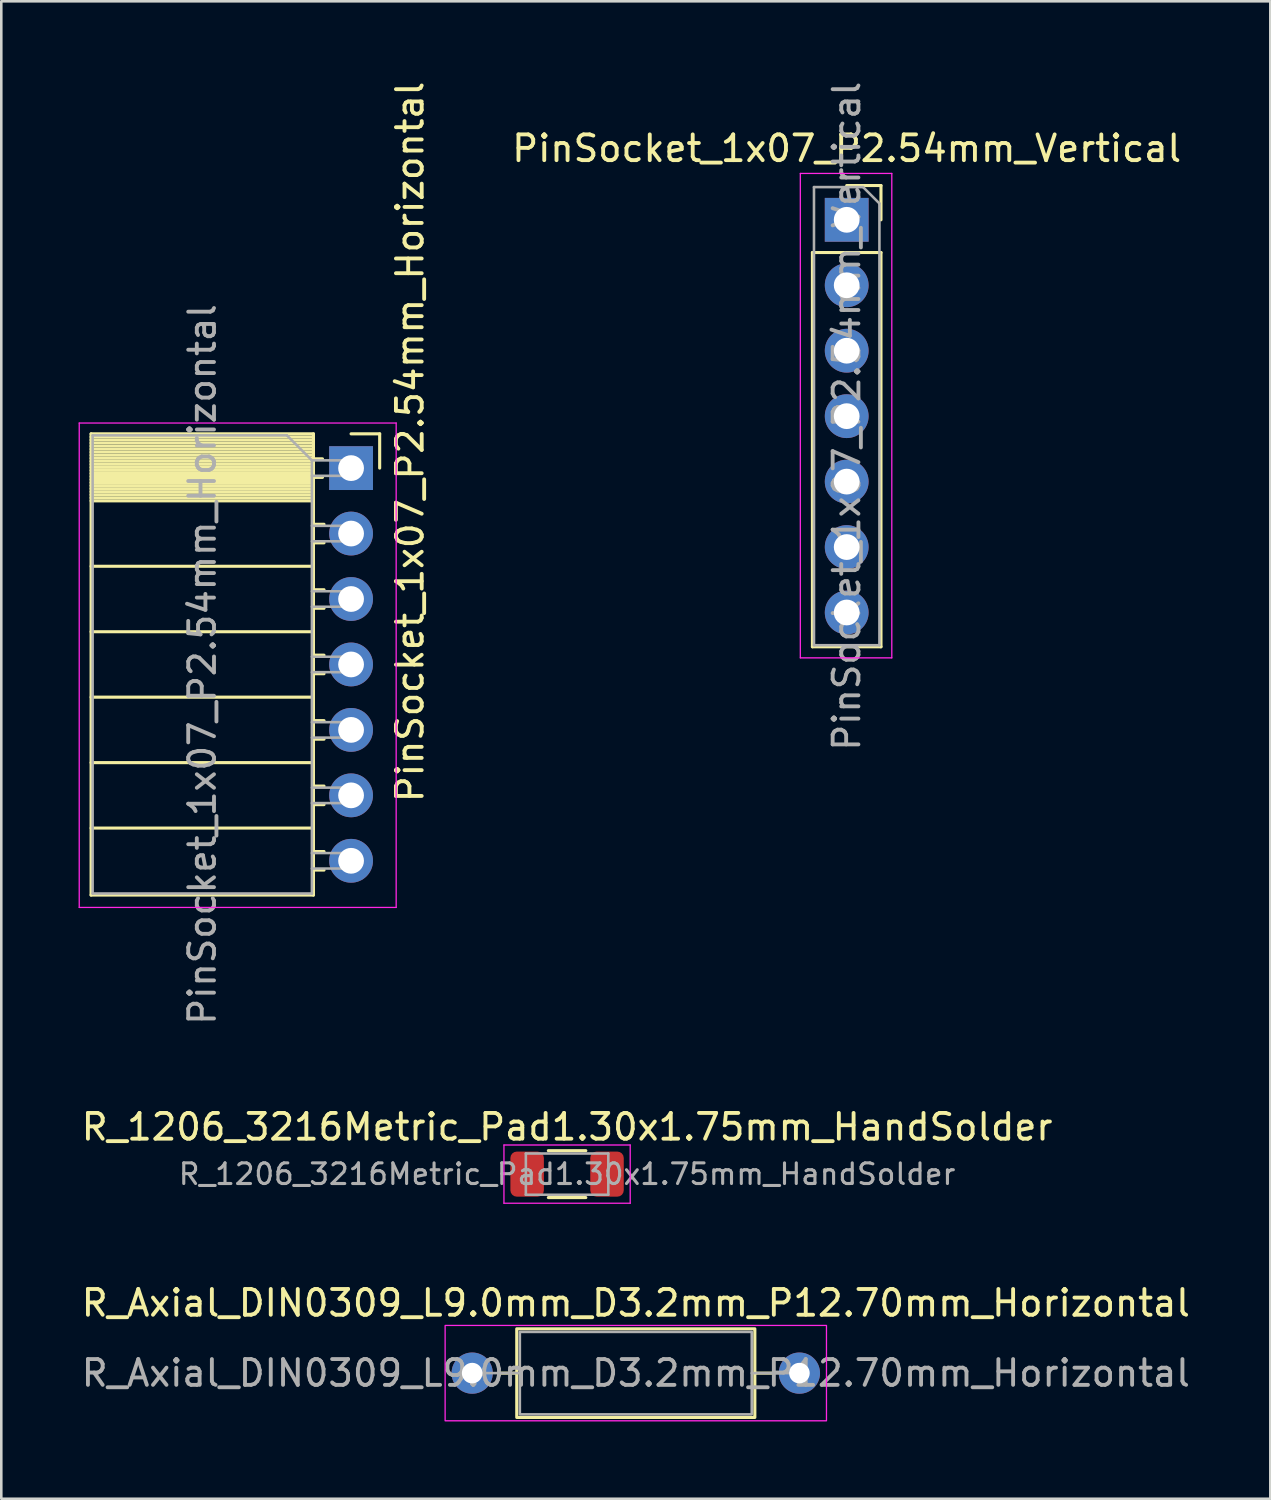
<source format=kicad_pcb>
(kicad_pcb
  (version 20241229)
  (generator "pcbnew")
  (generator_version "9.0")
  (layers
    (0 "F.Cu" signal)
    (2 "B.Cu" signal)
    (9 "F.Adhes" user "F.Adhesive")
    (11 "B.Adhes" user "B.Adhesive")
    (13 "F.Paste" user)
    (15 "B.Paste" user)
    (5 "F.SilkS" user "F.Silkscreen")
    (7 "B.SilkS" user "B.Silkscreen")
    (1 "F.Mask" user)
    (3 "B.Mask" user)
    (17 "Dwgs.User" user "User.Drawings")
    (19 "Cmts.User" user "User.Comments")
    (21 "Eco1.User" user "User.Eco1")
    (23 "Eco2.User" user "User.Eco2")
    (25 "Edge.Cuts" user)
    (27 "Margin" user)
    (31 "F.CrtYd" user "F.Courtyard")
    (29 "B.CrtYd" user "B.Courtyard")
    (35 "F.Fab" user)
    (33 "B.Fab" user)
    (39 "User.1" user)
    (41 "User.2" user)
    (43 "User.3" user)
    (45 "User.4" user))
  (footprint "PinSocket_1x07_P2.54mm_Vertical"
    (layer "F.Cu")
    (at 29.81 5.481)
    (property "Reference" "PinSocket_1x07_P2.54mm_Vertical" (at 0 -2.77 0) (layer "F.SilkS") (effects (font (size 1 1) (thickness 0.15))))
    (attr through_hole)
    (fp_line (start -1.33 1.27) (end -1.33 16.57) (stroke (width 0.12) (type solid)) (layer "F.SilkS"))
    (fp_line (start -1.33 1.27) (end 1.33 1.27) (stroke (width 0.12) (type solid)) (layer "F.SilkS"))
    (fp_line (start -1.33 16.57) (end 1.33 16.57) (stroke (width 0.12) (type solid)) (layer "F.SilkS"))
    (fp_line (start 0 -1.33) (end 1.33 -1.33) (stroke (width 0.12) (type solid)) (layer "F.SilkS"))
    (fp_line (start 1.33 -1.33) (end 1.33 0) (stroke (width 0.12) (type solid)) (layer "F.SilkS"))
    (fp_line (start 1.33 1.27) (end 1.33 16.57) (stroke (width 0.12) (type solid)) (layer "F.SilkS"))
    (fp_line (start -1.8 -1.8) (end 1.75 -1.8) (stroke (width 0.05) (type solid)) (layer "F.CrtYd"))
    (fp_line (start -1.8 17) (end -1.8 -1.8) (stroke (width 0.05) (type solid)) (layer "F.CrtYd"))
    (fp_line (start 1.75 -1.8) (end 1.75 17) (stroke (width 0.05) (type solid)) (layer "F.CrtYd"))
    (fp_line (start 1.75 17) (end -1.8 17) (stroke (width 0.05) (type solid)) (layer "F.CrtYd"))
    (fp_line (start -1.27 -1.27) (end 0.635 -1.27) (stroke (width 0.1) (type solid)) (layer "F.Fab"))
    (fp_line (start -1.27 16.51) (end -1.27 -1.27) (stroke (width 0.1) (type solid)) (layer "F.Fab"))
    (fp_line (start 0.635 -1.27) (end 1.27 -0.635) (stroke (width 0.1) (type solid)) (layer "F.Fab"))
    (fp_line (start 1.27 -0.635) (end 1.27 16.51) (stroke (width 0.1) (type solid)) (layer "F.Fab"))
    (fp_line (start 1.27 16.51) (end -1.27 16.51) (stroke (width 0.1) (type solid)) (layer "F.Fab"))
    (fp_text user "${REFERENCE}" (at 0 7.62 90) (layer "F.Fab") (effects (font (size 1 1) (thickness 0.15))))
    (pad "1" thru_hole rect (at 0 0) (size 1.7 1.7) (drill 1) (layers "*.Cu" "*.Mask"))
    (pad "2" thru_hole circle (at 0 2.54) (size 1.7 1.7) (drill 1) (layers "*.Cu" "*.Mask"))
    (pad "3" thru_hole circle (at 0 5.08) (size 1.7 1.7) (drill 1) (layers "*.Cu" "*.Mask"))
    (pad "4" thru_hole circle (at 0 7.62) (size 1.7 1.7) (drill 1) (layers "*.Cu" "*.Mask"))
    (pad "5" thru_hole circle (at 0 10.16) (size 1.7 1.7) (drill 1) (layers "*.Cu" "*.Mask"))
    (pad "6" thru_hole circle (at 0 12.7) (size 1.7 1.7) (drill 1) (layers "*.Cu" "*.Mask"))
    (pad "7" thru_hole circle (at 0 15.24) (size 1.7 1.7) (drill 1) (layers "*.Cu" "*.Mask")))
  (footprint "R_Axial_DIN0309_L9.0mm_D3.2mm_P12.70mm_Horizontal"
    (layer "F.Cu")
    (at 15.275 50.24)
    (property "Reference" "R_Axial_DIN0309_L9.0mm_D3.2mm_P12.70mm_Horizontal" (at 6.35 -2.72 0) (layer "F.SilkS") (effects (font (size 1 1) (thickness 0.15))))
    (attr through_hole)
    (fp_line (start 1.04 0) (end 1.73 0) (stroke (width 0.12) (type solid)) (layer "F.SilkS"))
    (fp_line (start 11.66 0) (end 10.97 0) (stroke (width 0.12) (type solid)) (layer "F.SilkS"))
    (fp_rect (start 1.73 -1.72) (end 10.97 1.72) (stroke (width 0.12) (type solid)) (fill no) (layer "F.SilkS"))
    (fp_rect (start -1.05 -1.85) (end 13.75 1.85) (stroke (width 0.05) (type solid)) (fill no) (layer "F.CrtYd"))
    (fp_line (start 0 0) (end 1.85 0) (stroke (width 0.1) (type solid)) (layer "F.Fab"))
    (fp_line (start 12.7 0) (end 10.85 0) (stroke (width 0.1) (type solid)) (layer "F.Fab"))
    (fp_rect (start 1.85 -1.6) (end 10.85 1.6) (stroke (width 0.1) (type solid)) (fill no) (layer "F.Fab"))
    (fp_text user "${REFERENCE}" (at 6.35 0 0) (layer "F.Fab") (effects (font (size 1 1) (thickness 0.15))))
    (pad "1" thru_hole circle (at 0 0) (size 1.6 1.6) (drill 0.8) (layers "*.Cu" "*.Mask"))
    (pad "2" thru_hole circle (at 12.7 0) (size 1.6 1.6) (drill 0.8) (layers "*.Cu" "*.Mask")))
  (footprint "R_1206_3216Metric_Pad1.30x1.75mm_HandSolder"
    (layer "F.Cu")
    (at 18.958 42.517)
    (property "Reference" "R_1206_3216Metric_Pad1.30x1.75mm_HandSolder" (at 0 -1.83 180) (layer "F.SilkS") (effects (font (size 1 1) (thickness 0.15))))
    (attr smd)
    (fp_line (start -0.727 -0.91) (end 0.727 -0.91) (stroke (width 0.12) (type solid)) (layer "F.SilkS"))
    (fp_line (start -0.727 0.91) (end 0.727 0.91) (stroke (width 0.12) (type solid)) (layer "F.SilkS"))
    (fp_line (start -2.45 -1.13) (end 2.45 -1.13) (stroke (width 0.05) (type solid)) (layer "F.CrtYd"))
    (fp_line (start -2.45 1.13) (end -2.45 -1.13) (stroke (width 0.05) (type solid)) (layer "F.CrtYd"))
    (fp_line (start 2.45 -1.13) (end 2.45 1.13) (stroke (width 0.05) (type solid)) (layer "F.CrtYd"))
    (fp_line (start 2.45 1.13) (end -2.45 1.13) (stroke (width 0.05) (type solid)) (layer "F.CrtYd"))
    (fp_line (start -1.6 -0.8) (end 1.6 -0.8) (stroke (width 0.1) (type solid)) (layer "F.Fab"))
    (fp_line (start -1.6 0.8) (end -1.6 -0.8) (stroke (width 0.1) (type solid)) (layer "F.Fab"))
    (fp_line (start 1.6 -0.8) (end 1.6 0.8) (stroke (width 0.1) (type solid)) (layer "F.Fab"))
    (fp_line (start 1.6 0.8) (end -1.6 0.8) (stroke (width 0.1) (type solid)) (layer "F.Fab"))
    (fp_text user "${REFERENCE}" (at 0 0 180) (layer "F.Fab") (effects (font (size 0.8 0.8) (thickness 0.12))))
    (pad "1" smd roundrect (at -1.55 0) (size 1.3 1.75) (layers "F.Cu" "F.Mask" "F.Paste") (roundrect_rratio 0.192))
    (pad "2" smd roundrect (at 1.55 0) (size 1.3 1.75) (layers "F.Cu" "F.Mask" "F.Paste") (roundrect_rratio 0.192)))
  (footprint "PinSocket_1x07_P2.54mm_Horizontal"
    (layer "F.Cu")
    (at 10.575 15.117)
    (property "Reference" "PinSocket_1x07_P2.54mm_Horizontal" (at 2.286 -1.016 90) (layer "F.SilkS") (effects (font (size 1 1) (thickness 0.15))))
    (attr through_hole)
    (fp_line (start -10.09 -1.33) (end -10.09 16.57) (stroke (width 0.12) (type solid)) (layer "F.SilkS"))
    (fp_line (start -10.09 -1.33) (end -1.46 -1.33) (stroke (width 0.12) (type solid)) (layer "F.SilkS"))
    (fp_line (start -10.09 -1.21) (end -1.46 -1.21) (stroke (width 0.12) (type solid)) (layer "F.SilkS"))
    (fp_line (start -10.09 -1.092) (end -1.46 -1.092) (stroke (width 0.12) (type solid)) (layer "F.SilkS"))
    (fp_line (start -10.09 -0.974) (end -1.46 -0.974) (stroke (width 0.12) (type solid)) (layer "F.SilkS"))
    (fp_line (start -10.09 -0.856) (end -1.46 -0.856) (stroke (width 0.12) (type solid)) (layer "F.SilkS"))
    (fp_line (start -10.09 -0.738) (end -1.46 -0.738) (stroke (width 0.12) (type solid)) (layer "F.SilkS"))
    (fp_line (start -10.09 -0.62) (end -1.46 -0.62) (stroke (width 0.12) (type solid)) (layer "F.SilkS"))
    (fp_line (start -10.09 -0.501) (end -1.46 -0.501) (stroke (width 0.12) (type solid)) (layer "F.SilkS"))
    (fp_line (start -10.09 -0.383) (end -1.46 -0.383) (stroke (width 0.12) (type solid)) (layer "F.SilkS"))
    (fp_line (start -10.09 -0.265) (end -1.46 -0.265) (stroke (width 0.12) (type solid)) (layer "F.SilkS"))
    (fp_line (start -10.09 -0.147) (end -1.46 -0.147) (stroke (width 0.12) (type solid)) (layer "F.SilkS"))
    (fp_line (start -10.09 -0.029) (end -1.46 -0.029) (stroke (width 0.12) (type solid)) (layer "F.SilkS"))
    (fp_line (start -10.09 0.089) (end -1.46 0.089) (stroke (width 0.12) (type solid)) (layer "F.SilkS"))
    (fp_line (start -10.09 0.207) (end -1.46 0.207) (stroke (width 0.12) (type solid)) (layer "F.SilkS"))
    (fp_line (start -10.09 0.325) (end -1.46 0.325) (stroke (width 0.12) (type solid)) (layer "F.SilkS"))
    (fp_line (start -10.09 0.443) (end -1.46 0.443) (stroke (width 0.12) (type solid)) (layer "F.SilkS"))
    (fp_line (start -10.09 0.561) (end -1.46 0.561) (stroke (width 0.12) (type solid)) (layer "F.SilkS"))
    (fp_line (start -10.09 0.68) (end -1.46 0.68) (stroke (width 0.12) (type solid)) (layer "F.SilkS"))
    (fp_line (start -10.09 0.798) (end -1.46 0.798) (stroke (width 0.12) (type solid)) (layer "F.SilkS"))
    (fp_line (start -10.09 0.916) (end -1.46 0.916) (stroke (width 0.12) (type solid)) (layer "F.SilkS"))
    (fp_line (start -10.09 1.034) (end -1.46 1.034) (stroke (width 0.12) (type solid)) (layer "F.SilkS"))
    (fp_line (start -10.09 1.152) (end -1.46 1.152) (stroke (width 0.12) (type solid)) (layer "F.SilkS"))
    (fp_line (start -10.09 1.27) (end -1.46 1.27) (stroke (width 0.12) (type solid)) (layer "F.SilkS"))
    (fp_line (start -10.09 3.81) (end -1.46 3.81) (stroke (width 0.12) (type solid)) (layer "F.SilkS"))
    (fp_line (start -10.09 6.35) (end -1.46 6.35) (stroke (width 0.12) (type solid)) (layer "F.SilkS"))
    (fp_line (start -10.09 8.89) (end -1.46 8.89) (stroke (width 0.12) (type solid)) (layer "F.SilkS"))
    (fp_line (start -10.09 11.43) (end -1.46 11.43) (stroke (width 0.12) (type solid)) (layer "F.SilkS"))
    (fp_line (start -10.09 13.97) (end -1.46 13.97) (stroke (width 0.12) (type solid)) (layer "F.SilkS"))
    (fp_line (start -10.09 16.57) (end -1.46 16.57) (stroke (width 0.12) (type solid)) (layer "F.SilkS"))
    (fp_line (start -1.46 -1.33) (end -1.46 16.57) (stroke (width 0.12) (type solid)) (layer "F.SilkS"))
    (fp_line (start -1.46 -0.36) (end -1.11 -0.36) (stroke (width 0.12) (type solid)) (layer "F.SilkS"))
    (fp_line (start -1.46 0.36) (end -1.11 0.36) (stroke (width 0.12) (type solid)) (layer "F.SilkS"))
    (fp_line (start -1.46 2.18) (end -1.05 2.18) (stroke (width 0.12) (type solid)) (layer "F.SilkS"))
    (fp_line (start -1.46 2.9) (end -1.05 2.9) (stroke (width 0.12) (type solid)) (layer "F.SilkS"))
    (fp_line (start -1.46 4.72) (end -1.05 4.72) (stroke (width 0.12) (type solid)) (layer "F.SilkS"))
    (fp_line (start -1.46 5.44) (end -1.05 5.44) (stroke (width 0.12) (type solid)) (layer "F.SilkS"))
    (fp_line (start -1.46 7.26) (end -1.05 7.26) (stroke (width 0.12) (type solid)) (layer "F.SilkS"))
    (fp_line (start -1.46 7.98) (end -1.05 7.98) (stroke (width 0.12) (type solid)) (layer "F.SilkS"))
    (fp_line (start -1.46 9.8) (end -1.05 9.8) (stroke (width 0.12) (type solid)) (layer "F.SilkS"))
    (fp_line (start -1.46 10.52) (end -1.05 10.52) (stroke (width 0.12) (type solid)) (layer "F.SilkS"))
    (fp_line (start -1.46 12.34) (end -1.05 12.34) (stroke (width 0.12) (type solid)) (layer "F.SilkS"))
    (fp_line (start -1.46 13.06) (end -1.05 13.06) (stroke (width 0.12) (type solid)) (layer "F.SilkS"))
    (fp_line (start -1.46 14.88) (end -1.05 14.88) (stroke (width 0.12) (type solid)) (layer "F.SilkS"))
    (fp_line (start -1.46 15.6) (end -1.05 15.6) (stroke (width 0.12) (type solid)) (layer "F.SilkS"))
    (fp_line (start 0 -1.33) (end 1.11 -1.33) (stroke (width 0.12) (type solid)) (layer "F.SilkS"))
    (fp_line (start 1.11 -1.33) (end 1.11 0) (stroke (width 0.12) (type solid)) (layer "F.SilkS"))
    (fp_line (start -10.55 -1.75) (end -10.55 17.05) (stroke (width 0.05) (type solid)) (layer "F.CrtYd"))
    (fp_line (start -10.55 17.05) (end 1.75 17.05) (stroke (width 0.05) (type solid)) (layer "F.CrtYd"))
    (fp_line (start 1.75 -1.75) (end -10.55 -1.75) (stroke (width 0.05) (type solid)) (layer "F.CrtYd"))
    (fp_line (start 1.75 17.05) (end 1.75 -1.75) (stroke (width 0.05) (type solid)) (layer "F.CrtYd"))
    (fp_line (start -10.03 -1.27) (end -2.49 -1.27) (stroke (width 0.1) (type solid)) (layer "F.Fab"))
    (fp_line (start -10.03 16.51) (end -10.03 -1.27) (stroke (width 0.1) (type solid)) (layer "F.Fab"))
    (fp_line (start -2.49 -1.27) (end -1.52 -0.3) (stroke (width 0.1) (type solid)) (layer "F.Fab"))
    (fp_line (start -1.52 -0.3) (end -1.52 16.51) (stroke (width 0.1) (type solid)) (layer "F.Fab"))
    (fp_line (start -1.52 0.3) (end 0 0.3) (stroke (width 0.1) (type solid)) (layer "F.Fab"))
    (fp_line (start -1.52 2.84) (end 0 2.84) (stroke (width 0.1) (type solid)) (layer "F.Fab"))
    (fp_line (start -1.52 5.38) (end 0 5.38) (stroke (width 0.1) (type solid)) (layer "F.Fab"))
    (fp_line (start -1.52 7.92) (end 0 7.92) (stroke (width 0.1) (type solid)) (layer "F.Fab"))
    (fp_line (start -1.52 10.46) (end 0 10.46) (stroke (width 0.1) (type solid)) (layer "F.Fab"))
    (fp_line (start -1.52 13) (end 0 13) (stroke (width 0.1) (type solid)) (layer "F.Fab"))
    (fp_line (start -1.52 15.54) (end 0 15.54) (stroke (width 0.1) (type solid)) (layer "F.Fab"))
    (fp_line (start -1.52 16.51) (end -10.03 16.51) (stroke (width 0.1) (type solid)) (layer "F.Fab"))
    (fp_line (start 0 -0.3) (end -1.52 -0.3) (stroke (width 0.1) (type solid)) (layer "F.Fab"))
    (fp_line (start 0 0.3) (end 0 -0.3) (stroke (width 0.1) (type solid)) (layer "F.Fab"))
    (fp_line (start 0 2.24) (end -1.52 2.24) (stroke (width 0.1) (type solid)) (layer "F.Fab"))
    (fp_line (start 0 2.84) (end 0 2.24) (stroke (width 0.1) (type solid)) (layer "F.Fab"))
    (fp_line (start 0 4.78) (end -1.52 4.78) (stroke (width 0.1) (type solid)) (layer "F.Fab"))
    (fp_line (start 0 5.38) (end 0 4.78) (stroke (width 0.1) (type solid)) (layer "F.Fab"))
    (fp_line (start 0 7.32) (end -1.52 7.32) (stroke (width 0.1) (type solid)) (layer "F.Fab"))
    (fp_line (start 0 7.92) (end 0 7.32) (stroke (width 0.1) (type solid)) (layer "F.Fab"))
    (fp_line (start 0 9.86) (end -1.52 9.86) (stroke (width 0.1) (type solid)) (layer "F.Fab"))
    (fp_line (start 0 10.46) (end 0 9.86) (stroke (width 0.1) (type solid)) (layer "F.Fab"))
    (fp_line (start 0 12.4) (end -1.52 12.4) (stroke (width 0.1) (type solid)) (layer "F.Fab"))
    (fp_line (start 0 13) (end 0 12.4) (stroke (width 0.1) (type solid)) (layer "F.Fab"))
    (fp_line (start 0 14.94) (end -1.52 14.94) (stroke (width 0.1) (type solid)) (layer "F.Fab"))
    (fp_line (start 0 15.54) (end 0 14.94) (stroke (width 0.1) (type solid)) (layer "F.Fab"))
    (fp_text user "${REFERENCE}" (at -5.775 7.62 270) (layer "F.Fab") (effects (font (size 1 1) (thickness 0.15))))
    (pad "1" thru_hole rect (at 0 0) (size 1.7 1.7) (drill 1) (layers "*.Cu" "*.Mask"))
    (pad "2" thru_hole oval (at 0 2.54) (size 1.7 1.7) (drill 1) (layers "*.Cu" "*.Mask"))
    (pad "3" thru_hole oval (at 0 5.08) (size 1.7 1.7) (drill 1) (layers "*.Cu" "*.Mask"))
    (pad "4" thru_hole oval (at 0 7.62) (size 1.7 1.7) (drill 1) (layers "*.Cu" "*.Mask"))
    (pad "5" thru_hole oval (at 0 10.16) (size 1.7 1.7) (drill 1) (layers "*.Cu" "*.Mask"))
    (pad "6" thru_hole oval (at 0 12.7) (size 1.7 1.7) (drill 1) (layers "*.Cu" "*.Mask"))
    (pad "7" thru_hole oval (at 0 15.24) (size 1.7 1.7) (drill 1) (layers "*.Cu" "*.Mask")))
  (gr_rect
    (start -3 -3)
    (end 46.25 55.115)
    (stroke (width 0.1) (type default))
    (fill no)
    (layer "Edge.Cuts")))
</source>
